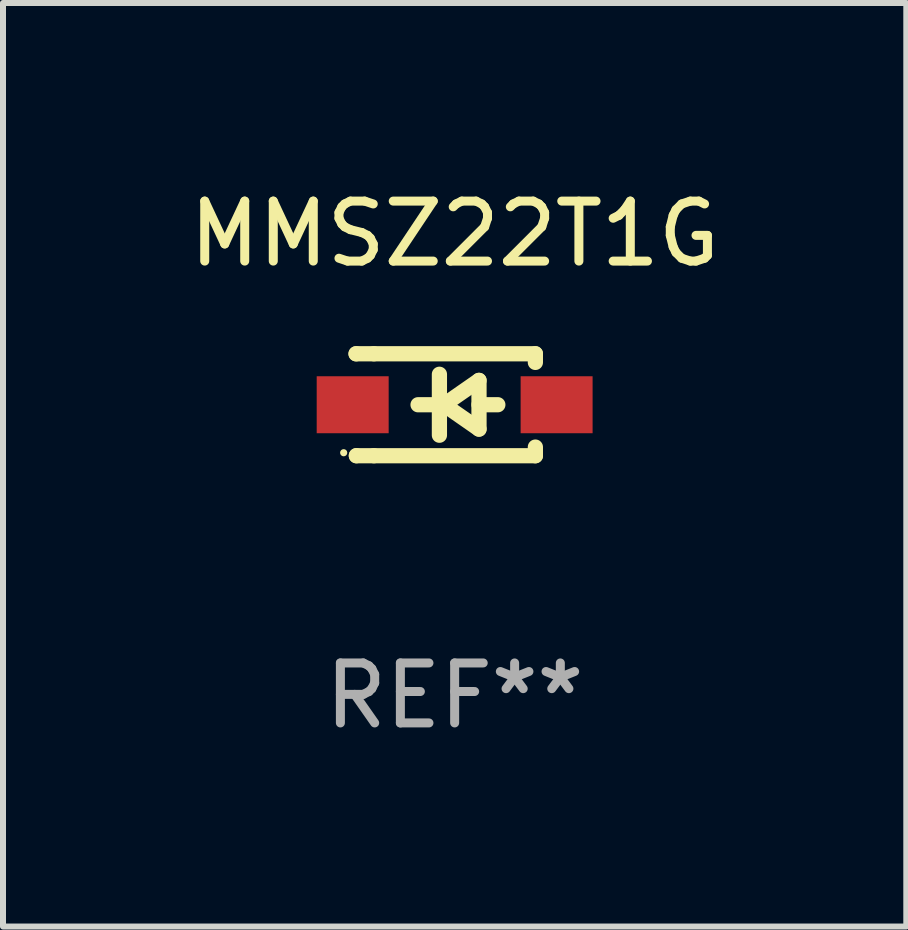
<source format=kicad_pcb>
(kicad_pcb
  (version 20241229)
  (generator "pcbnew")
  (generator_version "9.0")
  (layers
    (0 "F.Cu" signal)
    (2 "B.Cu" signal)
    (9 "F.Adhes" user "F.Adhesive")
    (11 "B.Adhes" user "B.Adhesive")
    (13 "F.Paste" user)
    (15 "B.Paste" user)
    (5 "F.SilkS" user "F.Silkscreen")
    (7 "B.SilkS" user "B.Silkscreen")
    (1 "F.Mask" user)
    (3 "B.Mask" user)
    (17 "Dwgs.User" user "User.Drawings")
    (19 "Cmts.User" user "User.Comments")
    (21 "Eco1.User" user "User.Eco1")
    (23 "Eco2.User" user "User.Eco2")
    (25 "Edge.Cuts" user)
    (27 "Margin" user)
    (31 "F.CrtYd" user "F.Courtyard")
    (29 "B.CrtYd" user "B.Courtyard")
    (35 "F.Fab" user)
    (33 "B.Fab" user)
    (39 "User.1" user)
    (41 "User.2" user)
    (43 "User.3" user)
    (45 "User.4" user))
  (footprint "MMSZ22T1G"
    (layer "F.Cu")
    (at 4.53 3.698)
    (property "Reference" "MMSZ22T1G" (at 0 -2.85 0) (layer "F.SilkS") (effects (font (size 1 1) (thickness 0.15))))
    (attr through_hole)
    (fp_line (start -1.643 -0.85) (end -1.644 -0.849) (stroke (width 0.254) (type solid)) (layer "F.SilkS"))
    (fp_line (start -1.638 0.85) (end -1.639 0.849) (stroke (width 0.254) (type solid)) (layer "F.SilkS"))
    (fp_line (start -1.346 -0.85) (end -1.643 -0.85) (stroke (width 0.254) (type solid)) (layer "F.SilkS"))
    (fp_line (start -1.346 -0.85) (end 1.346 -0.85) (stroke (width 0.254) (type solid)) (layer "F.SilkS"))
    (fp_line (start -1.346 0.85) (end -1.638 0.85) (stroke (width 0.254) (type solid)) (layer "F.SilkS"))
    (fp_line (start -0.28 0) (end -0.61 0) (stroke (width 0.254) (type solid)) (layer "F.SilkS"))
    (fp_line (start -0.254 -0.508) (end -0.254 0.508) (stroke (width 0.254) (type solid)) (layer "F.SilkS"))
    (fp_line (start -0.178 0) (end 0.406 -0.406) (stroke (width 0.254) (type solid)) (layer "F.SilkS"))
    (fp_line (start 0.406 -0.406) (end 0.406 0.406) (stroke (width 0.254) (type solid)) (layer "F.SilkS"))
    (fp_line (start 0.406 -0.000254) (end 0.72 -0.000254) (stroke (width 0.254) (type solid)) (layer "F.SilkS"))
    (fp_line (start 0.406 0.406) (end -0.178 0) (stroke (width 0.254) (type solid)) (layer "F.SilkS"))
    (fp_line (start 1.346 -0.85) (end 1.346 -0.706) (stroke (width 0.254) (type solid)) (layer "F.SilkS"))
    (fp_line (start 1.346 0.706) (end 1.346 0.85) (stroke (width 0.254) (type solid)) (layer "F.SilkS"))
    (fp_line (start 1.346 0.85) (end -1.346 0.85) (stroke (width 0.254) (type solid)) (layer "F.SilkS"))
    (fp_circle (center -1.85 0.8) (end -1.82 0.8) (stroke (width 0.06) (type solid)) (fill no) (layer "F.SilkS"))
    (fp_text user "REF**" (at 0 4.85 0) (layer "F.Fab") (effects (font (size 1 1) (thickness 0.15))))
    (pad "1" smd rect (at -1.7 0) (size 1.2 0.95) (layers "F.Cu" "F.Mask" "F.Paste"))
    (pad "2" smd rect (at 1.7 0) (size 1.2 0.95) (layers "F.Cu" "F.Mask" "F.Paste")))
  (gr_rect
    (start -3 -3)
    (end 12.06 12.397)
    (stroke (width 0.1) (type default))
    (fill no)
    (layer "Edge.Cuts")))
</source>
